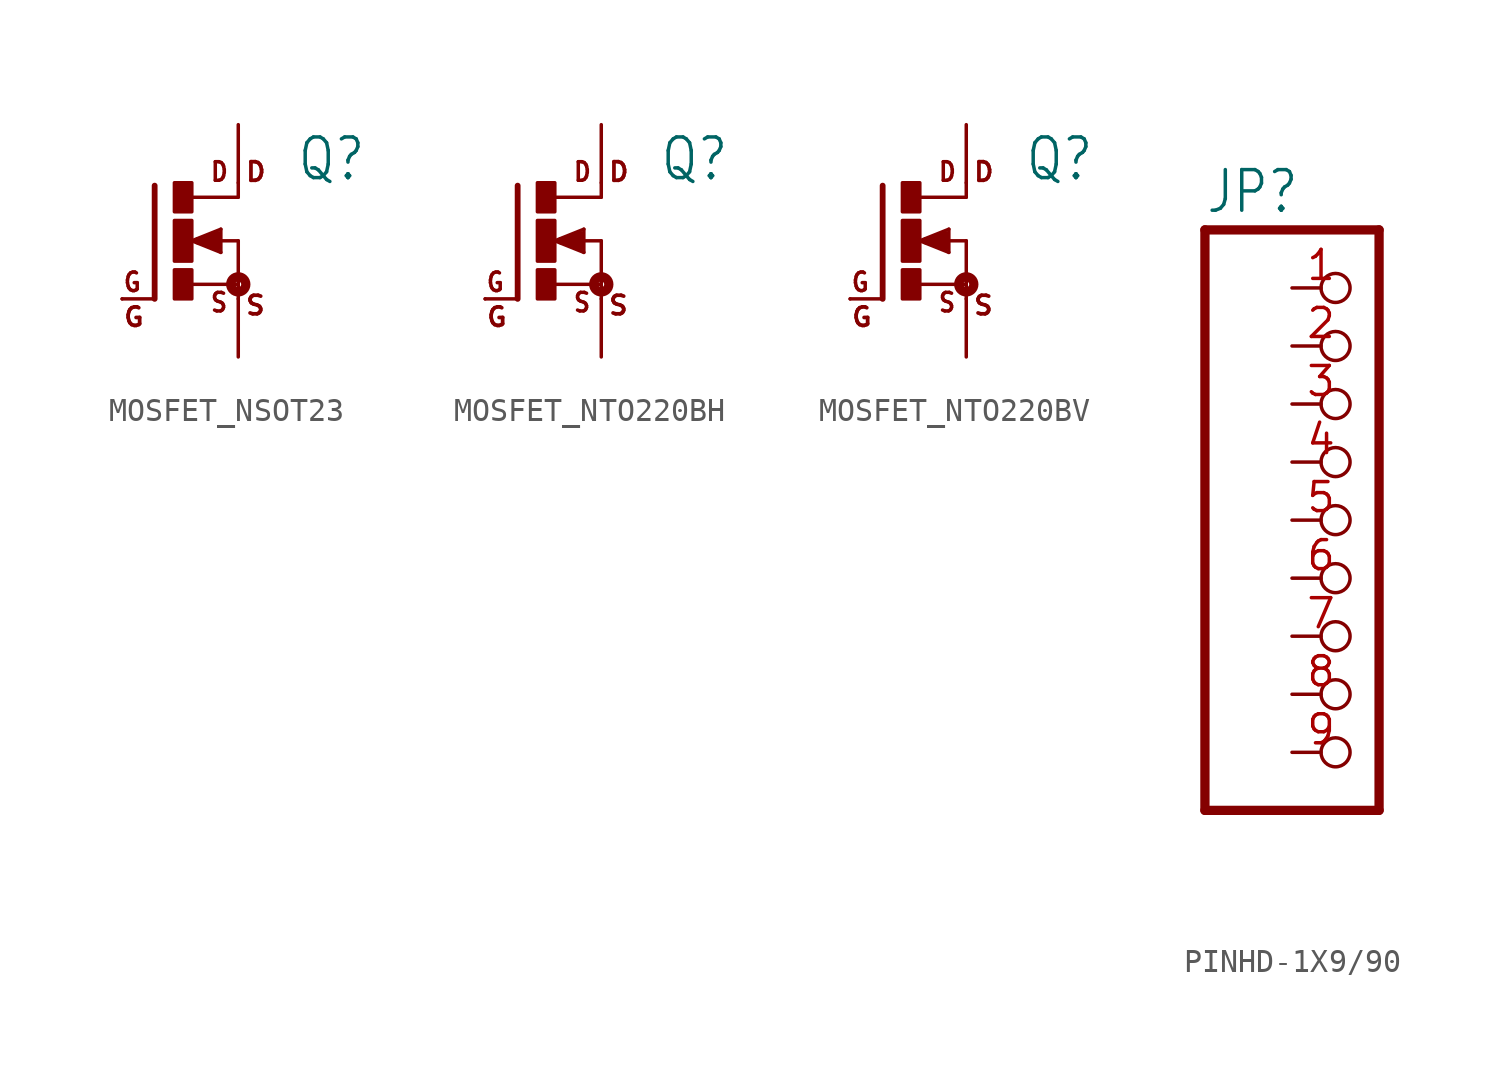
<source format=kicad_sym>
(kicad_symbol_lib
  (version 20231120)
  (generator "kicad_symbol_editor")
  (generator_version "8.0")
  (symbol "MOSFET_NSOT23"
    (property "Reference" "Q"
      (at 5.08 2.54 0)
      (effects (font (size 1.778 1.511)) (justify left bottom)))
    (property "Value" ""
      (at 5.08 0 0)
      (effects (font (size 1.778 1.511)) (justify left bottom)))
    (property "ki_locked" ""
      (at 0 0 0)
      (effects (font (size 1.27 1.27))))
    (symbol "MOSFET_NSOT23_1_0"
      (rectangle (start -0.254 -2.54) (end 0.508 -1.27) (stroke (width 0) (type default)) (fill (type outline)))
      (rectangle (start -0.254 -0.889) (end 0.508 0.889) (stroke (width 0) (type default)) (fill (type outline)))
      (rectangle (start -0.254 1.27) (end 0.508 2.54) (stroke (width 0) (type default)) (fill (type outline)))
      (polyline (pts (xy -1.118 -2.54) (xy -2.54 -2.54)) (stroke (width 0.152) (type solid)) (fill (type none)))
      (polyline (pts (xy -1.118 2.413) (xy -1.118 -2.54)) (stroke (width 0.254) (type solid)) (fill (type none)))
      (polyline (pts (xy 0.508 -1.905) (xy 2.54 -1.905)) (stroke (width 0.152) (type solid)) (fill (type none)))
      (polyline (pts (xy 0.508 0) (xy 1.778 -0.508)) (stroke (width 0.152) (type solid)) (fill (type none)))
      (polyline (pts (xy 0.762 0) (xy 1.651 -0.254)) (stroke (width 0.305) (type solid)) (fill (type none)))
      (polyline (pts (xy 1.651 -0.254) (xy 1.651 0)) (stroke (width 0.305) (type solid)) (fill (type none)))
      (polyline (pts (xy 1.651 0) (xy 1.397 0)) (stroke (width 0.305) (type solid)) (fill (type none)))
      (polyline (pts (xy 1.651 0) (xy 2.54 0)) (stroke (width 0.152) (type solid)) (fill (type none)))
      (polyline (pts (xy 1.651 0.254) (xy 0.762 0)) (stroke (width 0.305) (type solid)) (fill (type none)))
      (polyline (pts (xy 1.778 -0.508) (xy 1.778 0.508)) (stroke (width 0.152) (type solid)) (fill (type none)))
      (polyline (pts (xy 1.778 0.508) (xy 0.508 0)) (stroke (width 0.152) (type solid)) (fill (type none)))
      (polyline (pts (xy 2.54 -1.905) (xy 2.54 -2.54)) (stroke (width 0.152) (type solid)) (fill (type none)))
      (polyline (pts (xy 2.54 0) (xy 2.54 -1.905)) (stroke (width 0.152) (type solid)) (fill (type none)))
      (polyline (pts (xy 2.54 1.905) (xy 0.533 1.905)) (stroke (width 0.152) (type solid)) (fill (type none)))
      (polyline (pts (xy 2.54 2.54) (xy 2.54 1.905)) (stroke (width 0.152) (type solid)) (fill (type none)))
      (circle (center 2.54 -1.905) (radius 0.127) (stroke (width 0.406) (type solid)) (fill (type none)))
      (text "D" (at 1.27 2.54 0) (effects (font (size 0.813 0.691)) (justify left bottom)))
      (text "D" (at 2.794 2.54 0) (effects (font (size 0.813 0.813) (thickness 0.163) (bold yes)) (justify left bottom)))
      (text "G" (at -2.54 -3.81 0) (effects (font (size 0.813 0.813) (thickness 0.163) (bold yes)) (justify left bottom)))
      (text "G" (at -2.54 -2.286 0) (effects (font (size 0.813 0.691)) (justify left bottom)))
      (text "S" (at 1.27 -3.175 0) (effects (font (size 0.813 0.691)) (justify left bottom)))
      (text "S" (at 2.794 -3.302 0) (effects (font (size 0.813 0.813) (thickness 0.163) (bold yes)) (justify left bottom)))
      (pin passive line (at -2.54 -2.54 0) (length 0) (name "G" (effects (font (size 0 0)))) (number "1" (effects (font (size 0 0)))))
      (pin passive line (at 2.54 -5.08 90) (length 2.54) (name "S" (effects (font (size 0 0)))) (number "2" (effects (font (size 0 0)))))
      (pin passive line (at 2.54 5.08 270) (length 2.54) (name "D" (effects (font (size 0 0)))) (number "3" (effects (font (size 0 0)))))))
  (symbol "MOSFET_NTO220BH"
    (property "Reference" "Q"
      (at 5.08 2.54 0)
      (effects (font (size 1.778 1.511)) (justify left bottom)))
    (property "Value" ""
      (at 5.08 0 0)
      (effects (font (size 1.778 1.511)) (justify left bottom)))
    (property "ki_locked" ""
      (at 0 0 0)
      (effects (font (size 1.27 1.27))))
    (symbol "MOSFET_NTO220BH_1_0"
      (rectangle (start -0.254 -2.54) (end 0.508 -1.27) (stroke (width 0) (type default)) (fill (type outline)))
      (rectangle (start -0.254 -0.889) (end 0.508 0.889) (stroke (width 0) (type default)) (fill (type outline)))
      (rectangle (start -0.254 1.27) (end 0.508 2.54) (stroke (width 0) (type default)) (fill (type outline)))
      (polyline (pts (xy -1.118 -2.54) (xy -2.54 -2.54)) (stroke (width 0.152) (type solid)) (fill (type none)))
      (polyline (pts (xy -1.118 2.413) (xy -1.118 -2.54)) (stroke (width 0.254) (type solid)) (fill (type none)))
      (polyline (pts (xy 0.508 -1.905) (xy 2.54 -1.905)) (stroke (width 0.152) (type solid)) (fill (type none)))
      (polyline (pts (xy 0.508 0) (xy 1.778 -0.508)) (stroke (width 0.152) (type solid)) (fill (type none)))
      (polyline (pts (xy 0.762 0) (xy 1.651 -0.254)) (stroke (width 0.305) (type solid)) (fill (type none)))
      (polyline (pts (xy 1.651 -0.254) (xy 1.651 0)) (stroke (width 0.305) (type solid)) (fill (type none)))
      (polyline (pts (xy 1.651 0) (xy 1.397 0)) (stroke (width 0.305) (type solid)) (fill (type none)))
      (polyline (pts (xy 1.651 0) (xy 2.54 0)) (stroke (width 0.152) (type solid)) (fill (type none)))
      (polyline (pts (xy 1.651 0.254) (xy 0.762 0)) (stroke (width 0.305) (type solid)) (fill (type none)))
      (polyline (pts (xy 1.778 -0.508) (xy 1.778 0.508)) (stroke (width 0.152) (type solid)) (fill (type none)))
      (polyline (pts (xy 1.778 0.508) (xy 0.508 0)) (stroke (width 0.152) (type solid)) (fill (type none)))
      (polyline (pts (xy 2.54 -1.905) (xy 2.54 -2.54)) (stroke (width 0.152) (type solid)) (fill (type none)))
      (polyline (pts (xy 2.54 0) (xy 2.54 -1.905)) (stroke (width 0.152) (type solid)) (fill (type none)))
      (polyline (pts (xy 2.54 1.905) (xy 0.533 1.905)) (stroke (width 0.152) (type solid)) (fill (type none)))
      (polyline (pts (xy 2.54 2.54) (xy 2.54 1.905)) (stroke (width 0.152) (type solid)) (fill (type none)))
      (circle (center 2.54 -1.905) (radius 0.127) (stroke (width 0.406) (type solid)) (fill (type none)))
      (text "D" (at 1.27 2.54 0) (effects (font (size 0.813 0.691)) (justify left bottom)))
      (text "D" (at 2.794 2.54 0) (effects (font (size 0.813 0.813) (thickness 0.163) (bold yes)) (justify left bottom)))
      (text "G" (at -2.54 -3.81 0) (effects (font (size 0.813 0.813) (thickness 0.163) (bold yes)) (justify left bottom)))
      (text "G" (at -2.54 -2.286 0) (effects (font (size 0.813 0.691)) (justify left bottom)))
      (text "S" (at 1.27 -3.175 0) (effects (font (size 0.813 0.691)) (justify left bottom)))
      (text "S" (at 2.794 -3.302 0) (effects (font (size 0.813 0.813) (thickness 0.163) (bold yes)) (justify left bottom)))
      (pin passive line (at 2.54 5.08 270) (length 2.54) (name "D" (effects (font (size 0 0)))) (number "D" (effects (font (size 0 0)))))
      (pin passive line (at -2.54 -2.54 0) (length 0) (name "G" (effects (font (size 0 0)))) (number "G" (effects (font (size 0 0)))))
      (pin passive line (at 2.54 -5.08 90) (length 2.54) (name "S" (effects (font (size 0 0)))) (number "S" (effects (font (size 0 0)))))))
  (symbol "MOSFET_NTO220BV"
    (property "Reference" "Q"
      (at 5.08 2.54 0)
      (effects (font (size 1.778 1.511)) (justify left bottom)))
    (property "Value" ""
      (at 5.08 0 0)
      (effects (font (size 1.778 1.511)) (justify left bottom)))
    (property "ki_locked" ""
      (at 0 0 0)
      (effects (font (size 1.27 1.27))))
    (symbol "MOSFET_NTO220BV_1_0"
      (rectangle (start -0.254 -2.54) (end 0.508 -1.27) (stroke (width 0) (type default)) (fill (type outline)))
      (rectangle (start -0.254 -0.889) (end 0.508 0.889) (stroke (width 0) (type default)) (fill (type outline)))
      (rectangle (start -0.254 1.27) (end 0.508 2.54) (stroke (width 0) (type default)) (fill (type outline)))
      (polyline (pts (xy -1.118 -2.54) (xy -2.54 -2.54)) (stroke (width 0.152) (type solid)) (fill (type none)))
      (polyline (pts (xy -1.118 2.413) (xy -1.118 -2.54)) (stroke (width 0.254) (type solid)) (fill (type none)))
      (polyline (pts (xy 0.508 -1.905) (xy 2.54 -1.905)) (stroke (width 0.152) (type solid)) (fill (type none)))
      (polyline (pts (xy 0.508 0) (xy 1.778 -0.508)) (stroke (width 0.152) (type solid)) (fill (type none)))
      (polyline (pts (xy 0.762 0) (xy 1.651 -0.254)) (stroke (width 0.305) (type solid)) (fill (type none)))
      (polyline (pts (xy 1.651 -0.254) (xy 1.651 0)) (stroke (width 0.305) (type solid)) (fill (type none)))
      (polyline (pts (xy 1.651 0) (xy 1.397 0)) (stroke (width 0.305) (type solid)) (fill (type none)))
      (polyline (pts (xy 1.651 0) (xy 2.54 0)) (stroke (width 0.152) (type solid)) (fill (type none)))
      (polyline (pts (xy 1.651 0.254) (xy 0.762 0)) (stroke (width 0.305) (type solid)) (fill (type none)))
      (polyline (pts (xy 1.778 -0.508) (xy 1.778 0.508)) (stroke (width 0.152) (type solid)) (fill (type none)))
      (polyline (pts (xy 1.778 0.508) (xy 0.508 0)) (stroke (width 0.152) (type solid)) (fill (type none)))
      (polyline (pts (xy 2.54 -1.905) (xy 2.54 -2.54)) (stroke (width 0.152) (type solid)) (fill (type none)))
      (polyline (pts (xy 2.54 0) (xy 2.54 -1.905)) (stroke (width 0.152) (type solid)) (fill (type none)))
      (polyline (pts (xy 2.54 1.905) (xy 0.533 1.905)) (stroke (width 0.152) (type solid)) (fill (type none)))
      (polyline (pts (xy 2.54 2.54) (xy 2.54 1.905)) (stroke (width 0.152) (type solid)) (fill (type none)))
      (circle (center 2.54 -1.905) (radius 0.127) (stroke (width 0.406) (type solid)) (fill (type none)))
      (text "D" (at 1.27 2.54 0) (effects (font (size 0.813 0.691)) (justify left bottom)))
      (text "D" (at 2.794 2.54 0) (effects (font (size 0.813 0.813) (thickness 0.163) (bold yes)) (justify left bottom)))
      (text "G" (at -2.54 -3.81 0) (effects (font (size 0.813 0.813) (thickness 0.163) (bold yes)) (justify left bottom)))
      (text "G" (at -2.54 -2.286 0) (effects (font (size 0.813 0.691)) (justify left bottom)))
      (text "S" (at 1.27 -3.175 0) (effects (font (size 0.813 0.691)) (justify left bottom)))
      (text "S" (at 2.794 -3.302 0) (effects (font (size 0.813 0.813) (thickness 0.163) (bold yes)) (justify left bottom)))
      (pin passive line (at 2.54 5.08 270) (length 2.54) (name "D" (effects (font (size 0 0)))) (number "D" (effects (font (size 0 0)))))
      (pin passive line (at -2.54 -2.54 0) (length 0) (name "G" (effects (font (size 0 0)))) (number "G" (effects (font (size 0 0)))))
      (pin passive line (at 2.54 -5.08 90) (length 2.54) (name "S" (effects (font (size 0 0)))) (number "S" (effects (font (size 0 0)))))))
  (symbol "PINHD-1X9/90"
    (property "Reference" "JP"
      (at -6.35 13.335 0)
      (effects (font (size 1.778 1.511)) (justify left bottom)))
    (property "Value" ""
      (at -6.35 -15.24 0)
      (effects (font (size 1.778 1.511)) (justify left bottom)))
    (property "ki_locked" ""
      (at 0 0 0)
      (effects (font (size 1.27 1.27))))
    (symbol "PINHD-1X9/90_1_0"
      (polyline (pts (xy -6.35 -12.7) (xy 1.27 -12.7)) (stroke (width 0.406) (type solid)) (fill (type none)))
      (polyline (pts (xy -6.35 12.7) (xy -6.35 -12.7)) (stroke (width 0.406) (type solid)) (fill (type none)))
      (polyline (pts (xy 1.27 -12.7) (xy 1.27 12.7)) (stroke (width 0.406) (type solid)) (fill (type none)))
      (polyline (pts (xy 1.27 12.7) (xy -6.35 12.7)) (stroke (width 0.406) (type solid)) (fill (type none)))
      (pin passive inverted (at -2.54 10.16 0) (length 2.54) (name "1" (effects (font (size 0 0)))) (number "1" (effects (font (size 1.27 1.27)))))
      (pin passive inverted (at -2.54 7.62 0) (length 2.54) (name "2" (effects (font (size 0 0)))) (number "2" (effects (font (size 1.27 1.27)))))
      (pin passive inverted (at -2.54 5.08 0) (length 2.54) (name "3" (effects (font (size 0 0)))) (number "3" (effects (font (size 1.27 1.27)))))
      (pin passive inverted (at -2.54 2.54 0) (length 2.54) (name "4" (effects (font (size 0 0)))) (number "4" (effects (font (size 1.27 1.27)))))
      (pin passive inverted (at -2.54 0 0) (length 2.54) (name "5" (effects (font (size 0 0)))) (number "5" (effects (font (size 1.27 1.27)))))
      (pin passive inverted (at -2.54 -2.54 0) (length 2.54) (name "6" (effects (font (size 0 0)))) (number "6" (effects (font (size 1.27 1.27)))))
      (pin passive inverted (at -2.54 -5.08 0) (length 2.54) (name "7" (effects (font (size 0 0)))) (number "7" (effects (font (size 1.27 1.27)))))
      (pin passive inverted (at -2.54 -7.62 0) (length 2.54) (name "8" (effects (font (size 0 0)))) (number "8" (effects (font (size 1.27 1.27)))))
      (pin passive inverted (at -2.54 -10.16 0) (length 2.54) (name "9" (effects (font (size 0 0)))) (number "9" (effects (font (size 1.27 1.27))))))))
</source>
